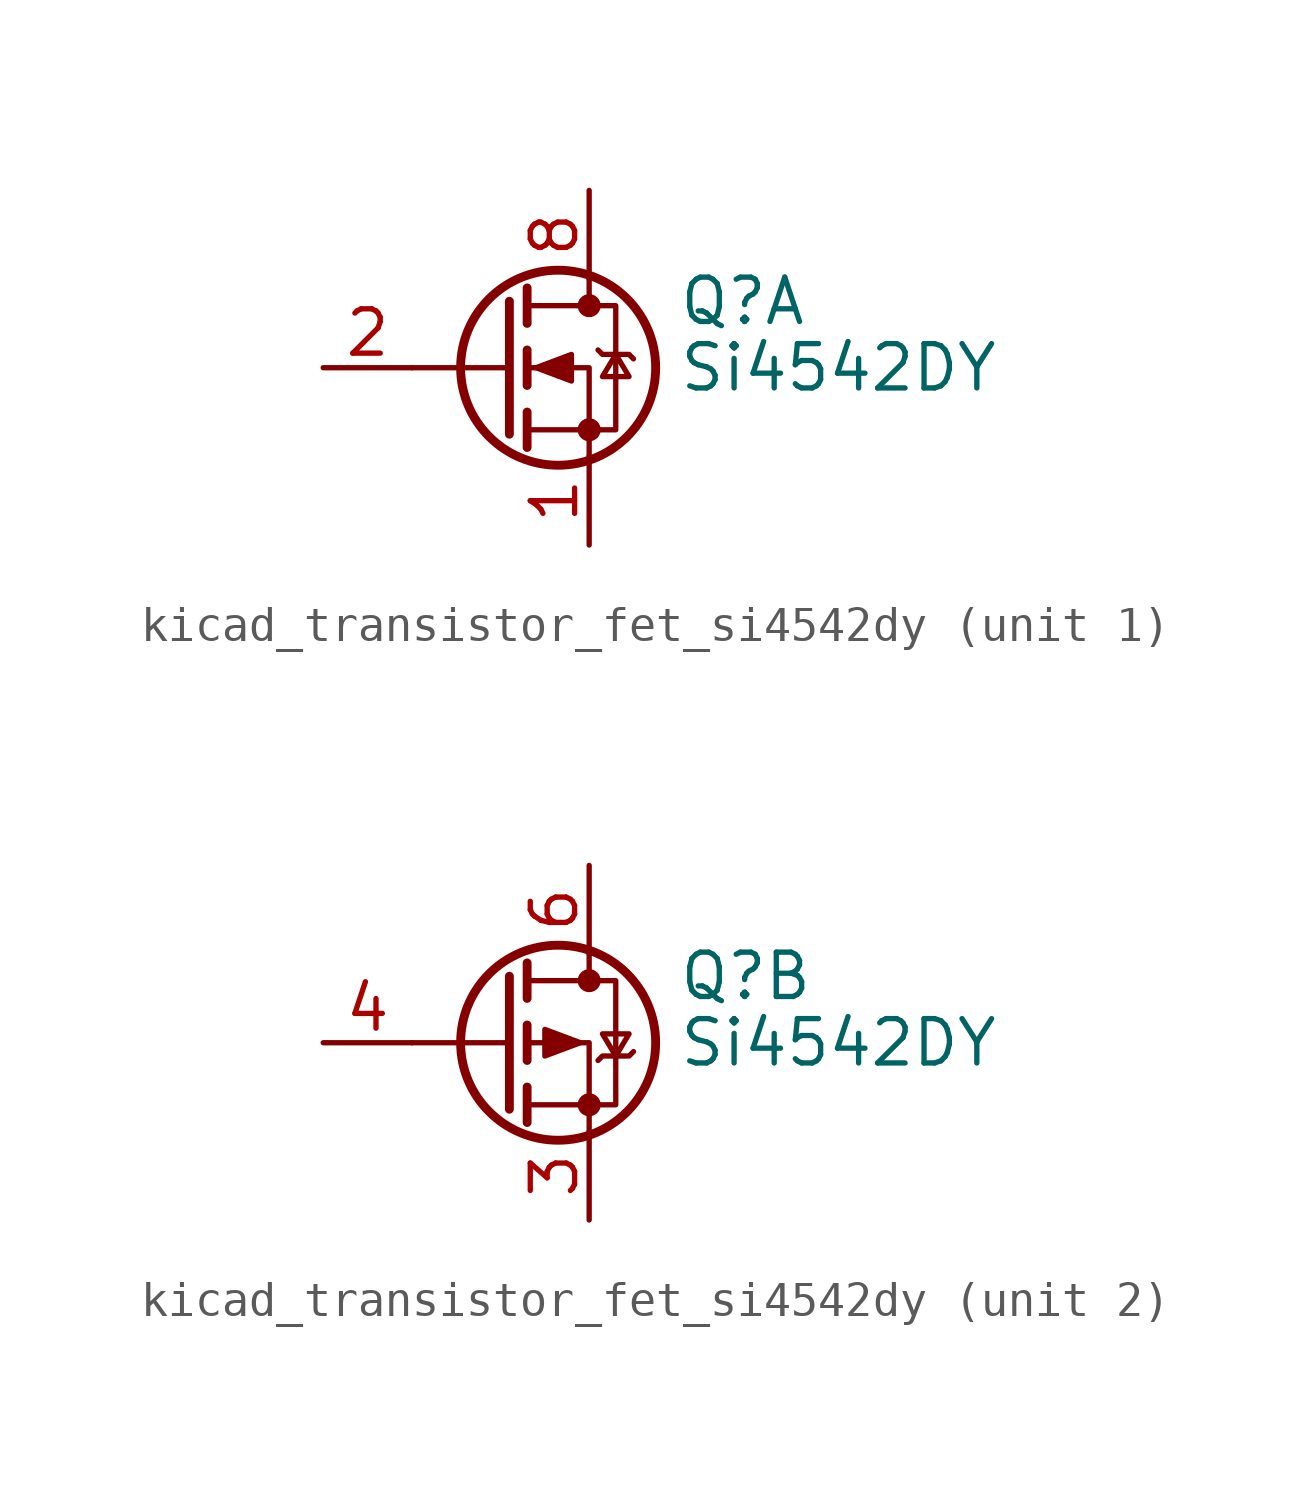
<source format=kicad_sym>
(kicad_symbol_lib
  (version 20220914)
  (generator kicad_symbol_editor)
  (symbol "kicad_transistor_fet_si4542dy"
    (pin_names hide)
    (property "Reference" "Q"
      (at 5.08 1.905 0)
      (effects (font (size 1.27 1.27)) (justify left)))
    (property "Value" "Si4542DY"
      (at 5.08 0 0)
      (effects (font (size 1.27 1.27)) (justify left)))
    (symbol "kicad_transistor_fet_si4542dy_0_1"
      (polyline (pts (xy 0.254 0) (xy -2.54 0)) (stroke (width 0) (type default)) (fill (type none)))
      (polyline (pts (xy 0.254 1.905) (xy 0.254 -1.905)) (stroke (width 0.254) (type default)) (fill (type none)))
      (polyline (pts (xy 0.762 -1.27) (xy 0.762 -2.286)) (stroke (width 0.254) (type default)) (fill (type none)))
      (polyline (pts (xy 0.762 0.508) (xy 0.762 -0.508)) (stroke (width 0.254) (type default)) (fill (type none)))
      (polyline (pts (xy 0.762 2.286) (xy 0.762 1.27)) (stroke (width 0.254) (type default)) (fill (type none)))
      (polyline (pts (xy 2.54 2.54) (xy 2.54 1.778)) (stroke (width 0) (type default)) (fill (type none)))
      (polyline (pts (xy 2.54 -2.54) (xy 2.54 0) (xy 0.762 0)) (stroke (width 0) (type default)) (fill (type none)))
      (polyline (pts (xy 0.762 -1.778) (xy 3.302 -1.778) (xy 3.302 1.778) (xy 0.762 1.778)) (stroke (width 0) (type default)) (fill (type none)))
      (circle (center 1.651 0) (radius 2.794) (stroke (width 0.254) (type default)) (fill (type none)))
      (circle (center 2.54 -1.778) (radius 0.254) (stroke (width 0) (type default)) (fill (type outline)))
      (circle (center 2.54 1.778) (radius 0.254) (stroke (width 0) (type default)) (fill (type outline))))
    (symbol "kicad_transistor_fet_si4542dy_1_1"
      (polyline (pts (xy 1.016 0) (xy 2.032 0.381) (xy 2.032 -0.381) (xy 1.016 0)) (stroke (width 0) (type default)) (fill (type outline)))
      (polyline (pts (xy 2.794 0.508) (xy 2.921 0.381) (xy 3.683 0.381) (xy 3.81 0.254)) (stroke (width 0) (type default)) (fill (type none)))
      (polyline (pts (xy 3.302 0.381) (xy 2.921 -0.254) (xy 3.683 -0.254) (xy 3.302 0.381)) (stroke (width 0) (type default)) (fill (type none)))
      (pin passive line (at 2.54 -5.08 90) (length 2.54) (name "S" (effects (font (size 1.27 1.27)))) (number "1" (effects (font (size 1.27 1.27)))))
      (pin input line (at -5.08 0 0) (length 2.54) (name "G" (effects (font (size 1.27 1.27)))) (number "2" (effects (font (size 1.27 1.27)))))
      (pin passive line (at 2.54 5.08 270) (length 2.54) hide (name "D" (effects (font (size 1.27 1.27)))) (number "7" (effects (font (size 1.27 1.27)))))
      (pin passive line (at 2.54 5.08 270) (length 2.54) (name "D" (effects (font (size 1.27 1.27)))) (number "8" (effects (font (size 1.27 1.27))))))
    (symbol "kicad_transistor_fet_si4542dy_2_1"
      (polyline (pts (xy 2.286 0) (xy 1.27 0.381) (xy 1.27 -0.381) (xy 2.286 0)) (stroke (width 0) (type default)) (fill (type outline)))
      (polyline (pts (xy 2.794 -0.508) (xy 2.921 -0.381) (xy 3.683 -0.381) (xy 3.81 -0.254)) (stroke (width 0) (type default)) (fill (type none)))
      (polyline (pts (xy 3.302 -0.381) (xy 2.921 0.254) (xy 3.683 0.254) (xy 3.302 -0.381)) (stroke (width 0) (type default)) (fill (type none)))
      (pin passive line (at 2.54 -5.08 90) (length 2.54) (name "1" (effects (font (size 1.27 1.27)))) (number "3" (effects (font (size 1.27 1.27)))))
      (pin input line (at -5.08 0 0) (length 2.54) (name "G" (effects (font (size 1.27 1.27)))) (number "4" (effects (font (size 1.27 1.27)))))
      (pin passive line (at 2.54 5.08 270) (length 2.54) hide (name "D" (effects (font (size 1.27 1.27)))) (number "5" (effects (font (size 1.27 1.27)))))
      (pin passive line (at 2.54 5.08 270) (length 2.54) (name "D" (effects (font (size 1.27 1.27)))) (number "6" (effects (font (size 1.27 1.27))))))))
</source>
